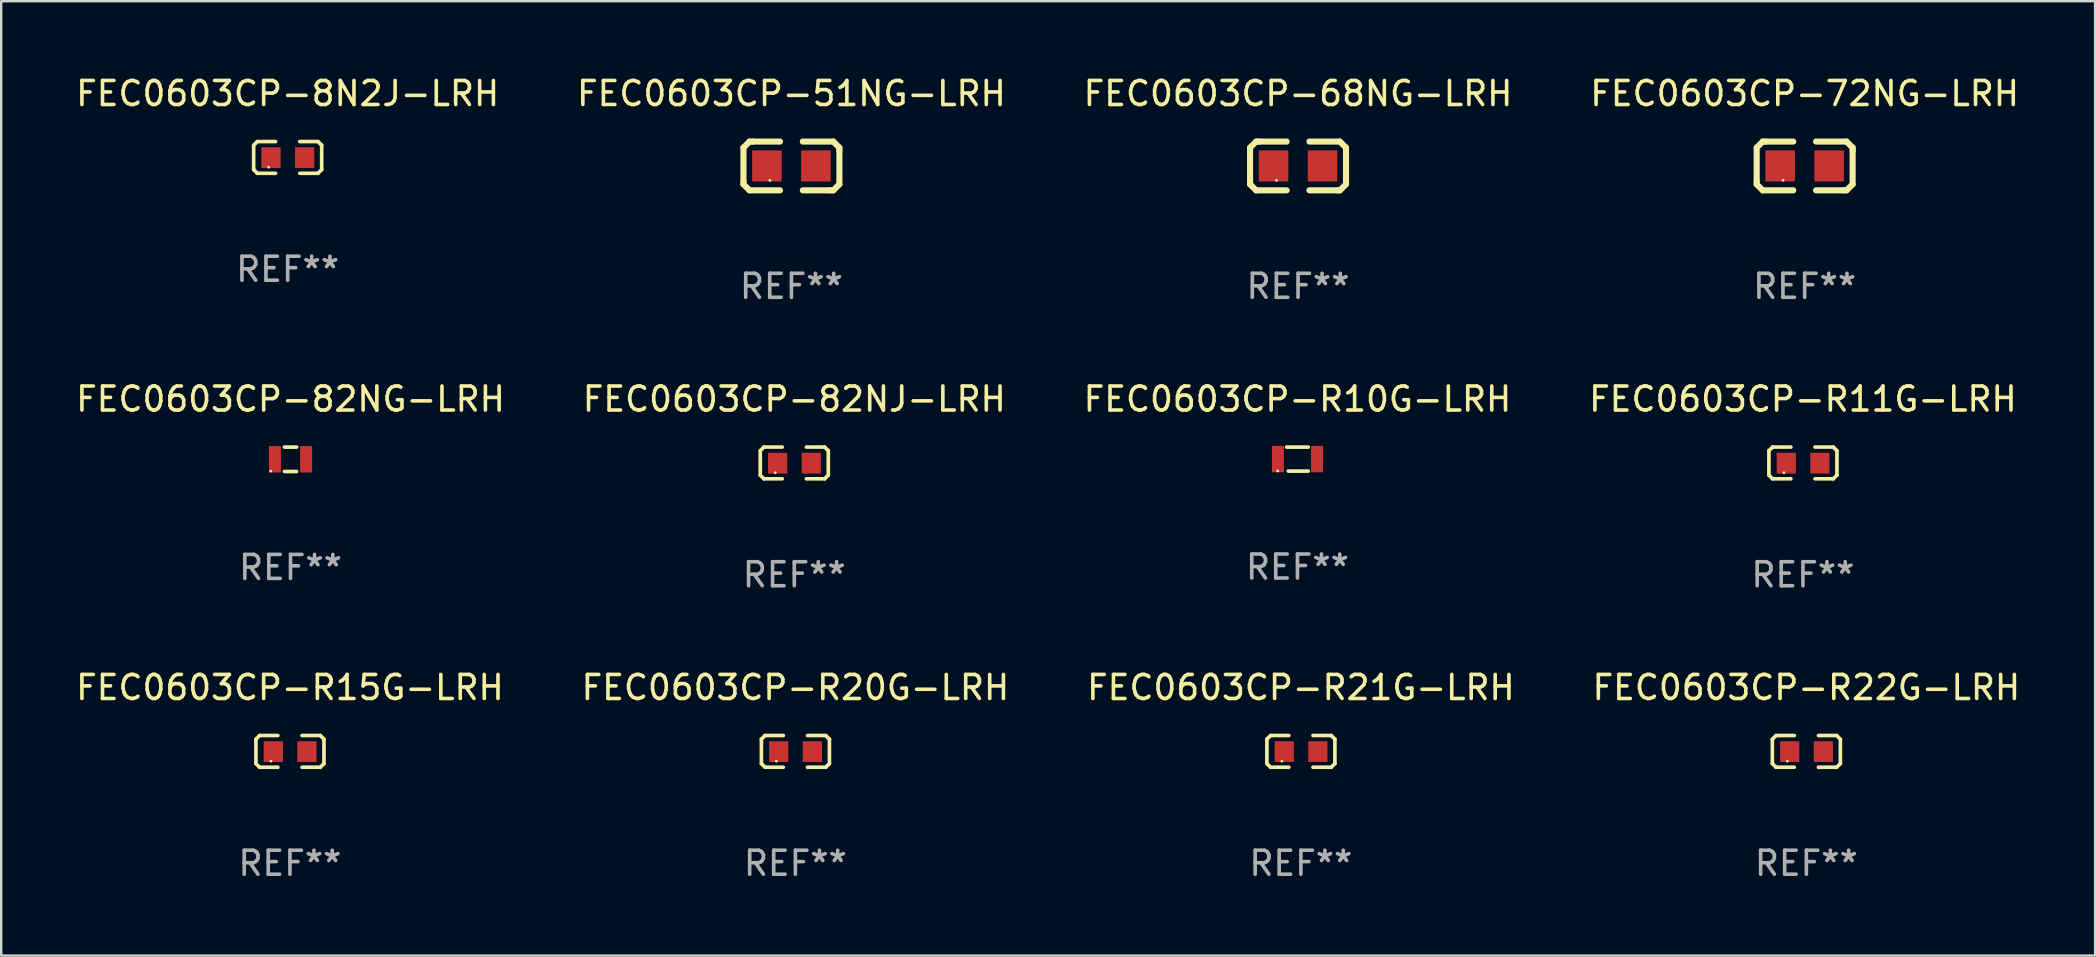
<source format=kicad_pcb>
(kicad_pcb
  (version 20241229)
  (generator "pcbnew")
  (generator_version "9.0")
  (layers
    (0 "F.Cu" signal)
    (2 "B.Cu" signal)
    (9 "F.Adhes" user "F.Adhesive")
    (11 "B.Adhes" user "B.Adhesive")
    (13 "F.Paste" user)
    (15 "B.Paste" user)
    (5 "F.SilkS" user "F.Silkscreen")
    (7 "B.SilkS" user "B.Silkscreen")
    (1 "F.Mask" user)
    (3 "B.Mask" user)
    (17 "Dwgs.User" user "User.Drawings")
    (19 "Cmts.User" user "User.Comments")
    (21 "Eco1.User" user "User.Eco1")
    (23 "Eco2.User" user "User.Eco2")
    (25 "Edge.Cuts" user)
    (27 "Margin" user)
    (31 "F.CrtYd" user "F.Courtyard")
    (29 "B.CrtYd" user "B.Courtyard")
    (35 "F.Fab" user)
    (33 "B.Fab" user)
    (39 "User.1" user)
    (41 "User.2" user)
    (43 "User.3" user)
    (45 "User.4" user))
  (footprint "FEC0603CP-R11G-LRH"
    (layer "F.Cu")
    (at 72.065 16.237)
    (property "Reference" "FEC0603CP-R11G-LRH" (at 0 -2.661 0) (layer "F.SilkS") (effects (font (size 1 1) (thickness 0.15))))
    (attr through_hole)
    (fp_line (start -1.417 -0.508) (end -1.265 -0.661) (stroke (width 0.152) (type solid)) (layer "F.SilkS"))
    (fp_line (start -1.417 0.508) (end -1.417 -0.508) (stroke (width 0.152) (type solid)) (layer "F.SilkS"))
    (fp_line (start -1.265 -0.661) (end -0.503 -0.661) (stroke (width 0.152) (type solid)) (layer "F.SilkS"))
    (fp_line (start -1.265 0.661) (end -1.417 0.508) (stroke (width 0.152) (type solid)) (layer "F.SilkS"))
    (fp_line (start -1.265 0.661) (end -0.503 0.661) (stroke (width 0.152) (type solid)) (layer "F.SilkS"))
    (fp_line (start 1.265 -0.661) (end 0.503 -0.661) (stroke (width 0.152) (type solid)) (layer "F.SilkS"))
    (fp_line (start 1.265 -0.661) (end 1.417 -0.508) (stroke (width 0.152) (type solid)) (layer "F.SilkS"))
    (fp_line (start 1.265 0.661) (end 0.503 0.661) (stroke (width 0.152) (type solid)) (layer "F.SilkS"))
    (fp_line (start 1.417 -0.508) (end 1.417 0.508) (stroke (width 0.152) (type solid)) (layer "F.SilkS"))
    (fp_line (start 1.417 0.508) (end 1.265 0.661) (stroke (width 0.152) (type solid)) (layer "F.SilkS"))
    (fp_circle (center -0.793 0.409) (end -0.763 0.409) (stroke (width 0.06) (type solid)) (fill no) (layer "F.SilkS"))
    (fp_text user "REF**" (at 0 4.661 0) (layer "F.Fab") (effects (font (size 1 1) (thickness 0.15))))
    (pad "1" smd rect (at -0.693 0.009 180) (size 0.8 0.864) (layers "F.Cu" "F.Mask" "F.Paste"))
    (pad "2" smd rect (at 0.707 0.009 180) (size 0.8 0.864) (layers "F.Cu" "F.Mask" "F.Paste")))
  (footprint "FEC0603CP-8N2J-LRH"
    (layer "F.Cu")
    (at 8.935 3.509)
    (property "Reference" "FEC0603CP-8N2J-LRH" (at 0 -2.661 0) (layer "F.SilkS") (effects (font (size 1 1) (thickness 0.15))))
    (attr through_hole)
    (fp_line (start -1.417 -0.508) (end -1.265 -0.661) (stroke (width 0.152) (type solid)) (layer "F.SilkS"))
    (fp_line (start -1.417 0.508) (end -1.417 -0.508) (stroke (width 0.152) (type solid)) (layer "F.SilkS"))
    (fp_line (start -1.265 -0.661) (end -0.503 -0.661) (stroke (width 0.152) (type solid)) (layer "F.SilkS"))
    (fp_line (start -1.265 0.661) (end -1.417 0.508) (stroke (width 0.152) (type solid)) (layer "F.SilkS"))
    (fp_line (start -1.265 0.661) (end -0.503 0.661) (stroke (width 0.152) (type solid)) (layer "F.SilkS"))
    (fp_line (start 1.265 -0.661) (end 0.503 -0.661) (stroke (width 0.152) (type solid)) (layer "F.SilkS"))
    (fp_line (start 1.265 -0.661) (end 1.417 -0.508) (stroke (width 0.152) (type solid)) (layer "F.SilkS"))
    (fp_line (start 1.265 0.661) (end 0.503 0.661) (stroke (width 0.152) (type solid)) (layer "F.SilkS"))
    (fp_line (start 1.417 -0.508) (end 1.417 0.508) (stroke (width 0.152) (type solid)) (layer "F.SilkS"))
    (fp_line (start 1.417 0.508) (end 1.265 0.661) (stroke (width 0.152) (type solid)) (layer "F.SilkS"))
    (fp_circle (center -0.793 0.409) (end -0.763 0.409) (stroke (width 0.06) (type solid)) (fill no) (layer "F.SilkS"))
    (fp_text user "REF**" (at 0 4.661 0) (layer "F.Fab") (effects (font (size 1 1) (thickness 0.15))))
    (pad "1" smd rect (at -0.693 0.009 180) (size 0.8 0.864) (layers "F.Cu" "F.Mask" "F.Paste"))
    (pad "2" smd rect (at 0.707 0.009 180) (size 0.8 0.864) (layers "F.Cu" "F.Mask" "F.Paste")))
  (footprint "FEC0603CP-72NG-LRH"
    (layer "F.Cu")
    (at 72.137 3.864)
    (property "Reference" "FEC0603CP-72NG-LRH" (at 0 -3.016 0) (layer "F.SilkS") (effects (font (size 1 1) (thickness 0.15))))
    (attr through_hole)
    (fp_line (start -1.999 -0.762) (end -1.999 0.635) (stroke (width 0.254) (type solid)) (layer "F.SilkS"))
    (fp_line (start -1.999 0.635) (end -1.999 0.762) (stroke (width 0.254) (type solid)) (layer "F.SilkS"))
    (fp_line (start -1.999 0.762) (end -1.745 1.016) (stroke (width 0.254) (type solid)) (layer "F.SilkS"))
    (fp_line (start -1.745 -1.016) (end -1.999 -0.762) (stroke (width 0.254) (type solid)) (layer "F.SilkS"))
    (fp_line (start -1.745 1.016) (end -0.475 1.016) (stroke (width 0.254) (type solid)) (layer "F.SilkS"))
    (fp_line (start -1.618 -1.016) (end -1.745 -1.016) (stroke (width 0.254) (type solid)) (layer "F.SilkS"))
    (fp_line (start -0.475 -1.016) (end -1.618 -1.016) (stroke (width 0.254) (type solid)) (layer "F.SilkS"))
    (fp_line (start 0.475 1.016) (end 1.618 1.016) (stroke (width 0.254) (type solid)) (layer "F.SilkS"))
    (fp_line (start 1.618 1.016) (end 1.745 1.016) (stroke (width 0.254) (type solid)) (layer "F.SilkS"))
    (fp_line (start 1.745 -1.016) (end 0.475 -1.016) (stroke (width 0.254) (type solid)) (layer "F.SilkS"))
    (fp_line (start 1.745 1.016) (end 1.999 0.762) (stroke (width 0.254) (type solid)) (layer "F.SilkS"))
    (fp_line (start 1.999 -0.762) (end 1.745 -1.016) (stroke (width 0.254) (type solid)) (layer "F.SilkS"))
    (fp_line (start 1.999 -0.635) (end 1.999 -0.762) (stroke (width 0.254) (type solid)) (layer "F.SilkS"))
    (fp_line (start 1.999 0.762) (end 1.999 -0.635) (stroke (width 0.254) (type solid)) (layer "F.SilkS"))
    (fp_circle (center -0.9 0.6) (end -0.87 0.6) (stroke (width 0.06) (type solid)) (fill no) (layer "F.SilkS"))
    (fp_text user "REF**" (at 0 5.016 0) (layer "F.Fab") (effects (font (size 1 1) (thickness 0.15))))
    (pad "1" smd rect (at -1.02 0) (size 1.23 1.296) (layers "F.Cu" "F.Mask" "F.Paste"))
    (pad "2" smd rect (at 1.02 0) (size 1.23 1.296) (layers "F.Cu" "F.Mask" "F.Paste")))
  (footprint "FEC0603CP-51NG-LRH"
    (layer "F.Cu")
    (at 29.923 3.864)
    (property "Reference" "FEC0603CP-51NG-LRH" (at 0 -3.016 0) (layer "F.SilkS") (effects (font (size 1 1) (thickness 0.15))))
    (attr through_hole)
    (fp_line (start -1.999 -0.762) (end -1.999 0.635) (stroke (width 0.254) (type solid)) (layer "F.SilkS"))
    (fp_line (start -1.999 0.635) (end -1.999 0.762) (stroke (width 0.254) (type solid)) (layer "F.SilkS"))
    (fp_line (start -1.999 0.762) (end -1.745 1.016) (stroke (width 0.254) (type solid)) (layer "F.SilkS"))
    (fp_line (start -1.745 -1.016) (end -1.999 -0.762) (stroke (width 0.254) (type solid)) (layer "F.SilkS"))
    (fp_line (start -1.745 1.016) (end -0.475 1.016) (stroke (width 0.254) (type solid)) (layer "F.SilkS"))
    (fp_line (start -1.618 -1.016) (end -1.745 -1.016) (stroke (width 0.254) (type solid)) (layer "F.SilkS"))
    (fp_line (start -0.475 -1.016) (end -1.618 -1.016) (stroke (width 0.254) (type solid)) (layer "F.SilkS"))
    (fp_line (start 0.475 1.016) (end 1.618 1.016) (stroke (width 0.254) (type solid)) (layer "F.SilkS"))
    (fp_line (start 1.618 1.016) (end 1.745 1.016) (stroke (width 0.254) (type solid)) (layer "F.SilkS"))
    (fp_line (start 1.745 -1.016) (end 0.475 -1.016) (stroke (width 0.254) (type solid)) (layer "F.SilkS"))
    (fp_line (start 1.745 1.016) (end 1.999 0.762) (stroke (width 0.254) (type solid)) (layer "F.SilkS"))
    (fp_line (start 1.999 -0.762) (end 1.745 -1.016) (stroke (width 0.254) (type solid)) (layer "F.SilkS"))
    (fp_line (start 1.999 -0.635) (end 1.999 -0.762) (stroke (width 0.254) (type solid)) (layer "F.SilkS"))
    (fp_line (start 1.999 0.762) (end 1.999 -0.635) (stroke (width 0.254) (type solid)) (layer "F.SilkS"))
    (fp_circle (center -0.9 0.6) (end -0.87 0.6) (stroke (width 0.06) (type solid)) (fill no) (layer "F.SilkS"))
    (fp_text user "REF**" (at 0 5.016 0) (layer "F.Fab") (effects (font (size 1 1) (thickness 0.15))))
    (pad "1" smd rect (at -1.02 0) (size 1.23 1.296) (layers "F.Cu" "F.Mask" "F.Paste"))
    (pad "2" smd rect (at 1.02 0) (size 1.23 1.296) (layers "F.Cu" "F.Mask" "F.Paste")))
  (footprint "FEC0603CP-R22G-LRH"
    (layer "F.Cu")
    (at 72.208 28.255)
    (property "Reference" "FEC0603CP-R22G-LRH" (at 0 -2.661 0) (layer "F.SilkS") (effects (font (size 1 1) (thickness 0.15))))
    (attr through_hole)
    (fp_line (start -1.417 -0.508) (end -1.265 -0.661) (stroke (width 0.152) (type solid)) (layer "F.SilkS"))
    (fp_line (start -1.417 0.508) (end -1.417 -0.508) (stroke (width 0.152) (type solid)) (layer "F.SilkS"))
    (fp_line (start -1.265 -0.661) (end -0.503 -0.661) (stroke (width 0.152) (type solid)) (layer "F.SilkS"))
    (fp_line (start -1.265 0.661) (end -1.417 0.508) (stroke (width 0.152) (type solid)) (layer "F.SilkS"))
    (fp_line (start -1.265 0.661) (end -0.503 0.661) (stroke (width 0.152) (type solid)) (layer "F.SilkS"))
    (fp_line (start 1.265 -0.661) (end 0.503 -0.661) (stroke (width 0.152) (type solid)) (layer "F.SilkS"))
    (fp_line (start 1.265 -0.661) (end 1.417 -0.508) (stroke (width 0.152) (type solid)) (layer "F.SilkS"))
    (fp_line (start 1.265 0.661) (end 0.503 0.661) (stroke (width 0.152) (type solid)) (layer "F.SilkS"))
    (fp_line (start 1.417 -0.508) (end 1.417 0.508) (stroke (width 0.152) (type solid)) (layer "F.SilkS"))
    (fp_line (start 1.417 0.508) (end 1.265 0.661) (stroke (width 0.152) (type solid)) (layer "F.SilkS"))
    (fp_circle (center -0.793 0.409) (end -0.763 0.409) (stroke (width 0.06) (type solid)) (fill no) (layer "F.SilkS"))
    (fp_text user "REF**" (at 0 4.661 0) (layer "F.Fab") (effects (font (size 1 1) (thickness 0.15))))
    (pad "1" smd rect (at -0.693 0.009 180) (size 0.8 0.864) (layers "F.Cu" "F.Mask" "F.Paste"))
    (pad "2" smd rect (at 0.707 0.009 180) (size 0.8 0.864) (layers "F.Cu" "F.Mask" "F.Paste")))
  (footprint "FEC0603CP-82NJ-LRH"
    (layer "F.Cu")
    (at 30.042 16.237)
    (property "Reference" "FEC0603CP-82NJ-LRH" (at 0 -2.661 0) (layer "F.SilkS") (effects (font (size 1 1) (thickness 0.15))))
    (attr through_hole)
    (fp_line (start -1.417 -0.508) (end -1.265 -0.661) (stroke (width 0.152) (type solid)) (layer "F.SilkS"))
    (fp_line (start -1.417 0.508) (end -1.417 -0.508) (stroke (width 0.152) (type solid)) (layer "F.SilkS"))
    (fp_line (start -1.265 -0.661) (end -0.503 -0.661) (stroke (width 0.152) (type solid)) (layer "F.SilkS"))
    (fp_line (start -1.265 0.661) (end -1.417 0.508) (stroke (width 0.152) (type solid)) (layer "F.SilkS"))
    (fp_line (start -1.265 0.661) (end -0.503 0.661) (stroke (width 0.152) (type solid)) (layer "F.SilkS"))
    (fp_line (start 1.265 -0.661) (end 0.503 -0.661) (stroke (width 0.152) (type solid)) (layer "F.SilkS"))
    (fp_line (start 1.265 -0.661) (end 1.417 -0.508) (stroke (width 0.152) (type solid)) (layer "F.SilkS"))
    (fp_line (start 1.265 0.661) (end 0.503 0.661) (stroke (width 0.152) (type solid)) (layer "F.SilkS"))
    (fp_line (start 1.417 -0.508) (end 1.417 0.508) (stroke (width 0.152) (type solid)) (layer "F.SilkS"))
    (fp_line (start 1.417 0.508) (end 1.265 0.661) (stroke (width 0.152) (type solid)) (layer "F.SilkS"))
    (fp_circle (center -0.793 0.409) (end -0.763 0.409) (stroke (width 0.06) (type solid)) (fill no) (layer "F.SilkS"))
    (fp_text user "REF**" (at 0 4.661 0) (layer "F.Fab") (effects (font (size 1 1) (thickness 0.15))))
    (pad "1" smd rect (at -0.693 0.009 180) (size 0.8 0.864) (layers "F.Cu" "F.Mask" "F.Paste"))
    (pad "2" smd rect (at 0.707 0.009 180) (size 0.8 0.864) (layers "F.Cu" "F.Mask" "F.Paste")))
  (footprint "FEC0603CP-82NG-LRH"
    (layer "F.Cu")
    (at 9.054 16.085)
    (property "Reference" "FEC0603CP-82NG-LRH" (at 0 -2.508 0) (layer "F.SilkS") (effects (font (size 1 1) (thickness 0.15))))
    (attr through_hole)
    (fp_line (start -0.254 -0.508) (end 0.254 -0.508) (stroke (width 0.152) (type solid)) (layer "F.SilkS"))
    (fp_line (start -0.254 0.508) (end 0.254 0.508) (stroke (width 0.152) (type solid)) (layer "F.SilkS"))
    (fp_circle (center -0.825 0.495) (end -0.795 0.495) (stroke (width 0.06) (type solid)) (fill no) (layer "F.SilkS"))
    (fp_text user "REF**" (at 0 4.508 0) (layer "F.Fab") (effects (font (size 1 1) (thickness 0.15))))
    (pad "1" smd rect (at -0.65 0) (size 0.5 1.1) (layers "F.Cu" "F.Mask" "F.Paste"))
    (pad "2" smd rect (at 0.65 0) (size 0.5 1.1) (layers "F.Cu" "F.Mask" "F.Paste")))
  (footprint "FEC0603CP-68NG-LRH"
    (layer "F.Cu")
    (at 51.03 3.864)
    (property "Reference" "FEC0603CP-68NG-LRH" (at 0 -3.016 0) (layer "F.SilkS") (effects (font (size 1 1) (thickness 0.15))))
    (attr through_hole)
    (fp_line (start -1.999 -0.762) (end -1.999 0.635) (stroke (width 0.254) (type solid)) (layer "F.SilkS"))
    (fp_line (start -1.999 0.635) (end -1.999 0.762) (stroke (width 0.254) (type solid)) (layer "F.SilkS"))
    (fp_line (start -1.999 0.762) (end -1.745 1.016) (stroke (width 0.254) (type solid)) (layer "F.SilkS"))
    (fp_line (start -1.745 -1.016) (end -1.999 -0.762) (stroke (width 0.254) (type solid)) (layer "F.SilkS"))
    (fp_line (start -1.745 1.016) (end -0.475 1.016) (stroke (width 0.254) (type solid)) (layer "F.SilkS"))
    (fp_line (start -1.618 -1.016) (end -1.745 -1.016) (stroke (width 0.254) (type solid)) (layer "F.SilkS"))
    (fp_line (start -0.475 -1.016) (end -1.618 -1.016) (stroke (width 0.254) (type solid)) (layer "F.SilkS"))
    (fp_line (start 0.475 1.016) (end 1.618 1.016) (stroke (width 0.254) (type solid)) (layer "F.SilkS"))
    (fp_line (start 1.618 1.016) (end 1.745 1.016) (stroke (width 0.254) (type solid)) (layer "F.SilkS"))
    (fp_line (start 1.745 -1.016) (end 0.475 -1.016) (stroke (width 0.254) (type solid)) (layer "F.SilkS"))
    (fp_line (start 1.745 1.016) (end 1.999 0.762) (stroke (width 0.254) (type solid)) (layer "F.SilkS"))
    (fp_line (start 1.999 -0.762) (end 1.745 -1.016) (stroke (width 0.254) (type solid)) (layer "F.SilkS"))
    (fp_line (start 1.999 -0.635) (end 1.999 -0.762) (stroke (width 0.254) (type solid)) (layer "F.SilkS"))
    (fp_line (start 1.999 0.762) (end 1.999 -0.635) (stroke (width 0.254) (type solid)) (layer "F.SilkS"))
    (fp_circle (center -0.9 0.6) (end -0.87 0.6) (stroke (width 0.06) (type solid)) (fill no) (layer "F.SilkS"))
    (fp_text user "REF**" (at 0 5.016 0) (layer "F.Fab") (effects (font (size 1 1) (thickness 0.15))))
    (pad "1" smd rect (at -1.02 0) (size 1.23 1.296) (layers "F.Cu" "F.Mask" "F.Paste"))
    (pad "2" smd rect (at 1.02 0) (size 1.23 1.296) (layers "F.Cu" "F.Mask" "F.Paste")))
  (footprint "FEC0603CP-R21G-LRH"
    (layer "F.Cu")
    (at 51.149 28.255)
    (property "Reference" "FEC0603CP-R21G-LRH" (at 0 -2.661 0) (layer "F.SilkS") (effects (font (size 1 1) (thickness 0.15))))
    (attr through_hole)
    (fp_line (start -1.417 -0.508) (end -1.265 -0.661) (stroke (width 0.152) (type solid)) (layer "F.SilkS"))
    (fp_line (start -1.417 0.508) (end -1.417 -0.508) (stroke (width 0.152) (type solid)) (layer "F.SilkS"))
    (fp_line (start -1.265 -0.661) (end -0.503 -0.661) (stroke (width 0.152) (type solid)) (layer "F.SilkS"))
    (fp_line (start -1.265 0.661) (end -1.417 0.508) (stroke (width 0.152) (type solid)) (layer "F.SilkS"))
    (fp_line (start -1.265 0.661) (end -0.503 0.661) (stroke (width 0.152) (type solid)) (layer "F.SilkS"))
    (fp_line (start 1.265 -0.661) (end 0.503 -0.661) (stroke (width 0.152) (type solid)) (layer "F.SilkS"))
    (fp_line (start 1.265 -0.661) (end 1.417 -0.508) (stroke (width 0.152) (type solid)) (layer "F.SilkS"))
    (fp_line (start 1.265 0.661) (end 0.503 0.661) (stroke (width 0.152) (type solid)) (layer "F.SilkS"))
    (fp_line (start 1.417 -0.508) (end 1.417 0.508) (stroke (width 0.152) (type solid)) (layer "F.SilkS"))
    (fp_line (start 1.417 0.508) (end 1.265 0.661) (stroke (width 0.152) (type solid)) (layer "F.SilkS"))
    (fp_circle (center -0.793 0.409) (end -0.763 0.409) (stroke (width 0.06) (type solid)) (fill no) (layer "F.SilkS"))
    (fp_text user "REF**" (at 0 4.661 0) (layer "F.Fab") (effects (font (size 1 1) (thickness 0.15))))
    (pad "1" smd rect (at -0.693 0.009 180) (size 0.8 0.864) (layers "F.Cu" "F.Mask" "F.Paste"))
    (pad "2" smd rect (at 0.707 0.009 180) (size 0.8 0.864) (layers "F.Cu" "F.Mask" "F.Paste")))
  (footprint "FEC0603CP-R15G-LRH"
    (layer "F.Cu")
    (at 9.03 28.255)
    (property "Reference" "FEC0603CP-R15G-LRH" (at 0 -2.661 0) (layer "F.SilkS") (effects (font (size 1 1) (thickness 0.15))))
    (attr through_hole)
    (fp_line (start -1.417 -0.508) (end -1.265 -0.661) (stroke (width 0.152) (type solid)) (layer "F.SilkS"))
    (fp_line (start -1.417 0.508) (end -1.417 -0.508) (stroke (width 0.152) (type solid)) (layer "F.SilkS"))
    (fp_line (start -1.265 -0.661) (end -0.503 -0.661) (stroke (width 0.152) (type solid)) (layer "F.SilkS"))
    (fp_line (start -1.265 0.661) (end -1.417 0.508) (stroke (width 0.152) (type solid)) (layer "F.SilkS"))
    (fp_line (start -1.265 0.661) (end -0.503 0.661) (stroke (width 0.152) (type solid)) (layer "F.SilkS"))
    (fp_line (start 1.265 -0.661) (end 0.503 -0.661) (stroke (width 0.152) (type solid)) (layer "F.SilkS"))
    (fp_line (start 1.265 -0.661) (end 1.417 -0.508) (stroke (width 0.152) (type solid)) (layer "F.SilkS"))
    (fp_line (start 1.265 0.661) (end 0.503 0.661) (stroke (width 0.152) (type solid)) (layer "F.SilkS"))
    (fp_line (start 1.417 -0.508) (end 1.417 0.508) (stroke (width 0.152) (type solid)) (layer "F.SilkS"))
    (fp_line (start 1.417 0.508) (end 1.265 0.661) (stroke (width 0.152) (type solid)) (layer "F.SilkS"))
    (fp_circle (center -0.793 0.409) (end -0.763 0.409) (stroke (width 0.06) (type solid)) (fill no) (layer "F.SilkS"))
    (fp_text user "REF**" (at 0 4.661 0) (layer "F.Fab") (effects (font (size 1 1) (thickness 0.15))))
    (pad "1" smd rect (at -0.693 0.009 180) (size 0.8 0.864) (layers "F.Cu" "F.Mask" "F.Paste"))
    (pad "2" smd rect (at 0.707 0.009 180) (size 0.8 0.864) (layers "F.Cu" "F.Mask" "F.Paste")))
  (footprint "FEC0603CP-R10G-LRH"
    (layer "F.Cu")
    (at 51.006 16.077)
    (property "Reference" "FEC0603CP-R10G-LRH" (at 0 -2.5 0) (layer "F.SilkS") (effects (font (size 1 1) (thickness 0.15))))
    (attr through_hole)
    (fp_line (start -0.45 -0.5) (end 0.45 -0.5) (stroke (width 0.152) (type solid)) (layer "F.SilkS"))
    (fp_line (start -0.385 0.5) (end 0.45 0.5) (stroke (width 0.152) (type solid)) (layer "F.SilkS"))
    (fp_circle (center -0.825 0.495) (end -0.795 0.495) (stroke (width 0.06) (type solid)) (fill no) (layer "F.SilkS"))
    (fp_text user "REF**" (at 0 4.5 0) (layer "F.Fab") (effects (font (size 1 1) (thickness 0.15))))
    (pad "1" smd rect (at -0.815 0) (size 0.5 1.1) (layers "F.Cu" "F.Mask" "F.Paste"))
    (pad "2" smd rect (at 0.815 0) (size 0.5 1.1) (layers "F.Cu" "F.Mask" "F.Paste")))
  (footprint "FEC0603CP-R20G-LRH"
    (layer "F.Cu")
    (at 30.089 28.255)
    (property "Reference" "FEC0603CP-R20G-LRH" (at 0 -2.661 0) (layer "F.SilkS") (effects (font (size 1 1) (thickness 0.15))))
    (attr through_hole)
    (fp_line (start -1.417 -0.508) (end -1.265 -0.661) (stroke (width 0.152) (type solid)) (layer "F.SilkS"))
    (fp_line (start -1.417 0.508) (end -1.417 -0.508) (stroke (width 0.152) (type solid)) (layer "F.SilkS"))
    (fp_line (start -1.265 -0.661) (end -0.503 -0.661) (stroke (width 0.152) (type solid)) (layer "F.SilkS"))
    (fp_line (start -1.265 0.661) (end -1.417 0.508) (stroke (width 0.152) (type solid)) (layer "F.SilkS"))
    (fp_line (start -1.265 0.661) (end -0.503 0.661) (stroke (width 0.152) (type solid)) (layer "F.SilkS"))
    (fp_line (start 1.265 -0.661) (end 0.503 -0.661) (stroke (width 0.152) (type solid)) (layer "F.SilkS"))
    (fp_line (start 1.265 -0.661) (end 1.417 -0.508) (stroke (width 0.152) (type solid)) (layer "F.SilkS"))
    (fp_line (start 1.265 0.661) (end 0.503 0.661) (stroke (width 0.152) (type solid)) (layer "F.SilkS"))
    (fp_line (start 1.417 -0.508) (end 1.417 0.508) (stroke (width 0.152) (type solid)) (layer "F.SilkS"))
    (fp_line (start 1.417 0.508) (end 1.265 0.661) (stroke (width 0.152) (type solid)) (layer "F.SilkS"))
    (fp_circle (center -0.793 0.409) (end -0.763 0.409) (stroke (width 0.06) (type solid)) (fill no) (layer "F.SilkS"))
    (fp_text user "REF**" (at 0 4.661 0) (layer "F.Fab") (effects (font (size 1 1) (thickness 0.15))))
    (pad "1" smd rect (at -0.693 0.009 180) (size 0.8 0.864) (layers "F.Cu" "F.Mask" "F.Paste"))
    (pad "2" smd rect (at 0.707 0.009 180) (size 0.8 0.864) (layers "F.Cu" "F.Mask" "F.Paste")))
  (gr_rect
    (start -3 -3)
    (end 84.238 36.764)
    (stroke (width 0.1) (type default))
    (fill no)
    (layer "Edge.Cuts")))
</source>
